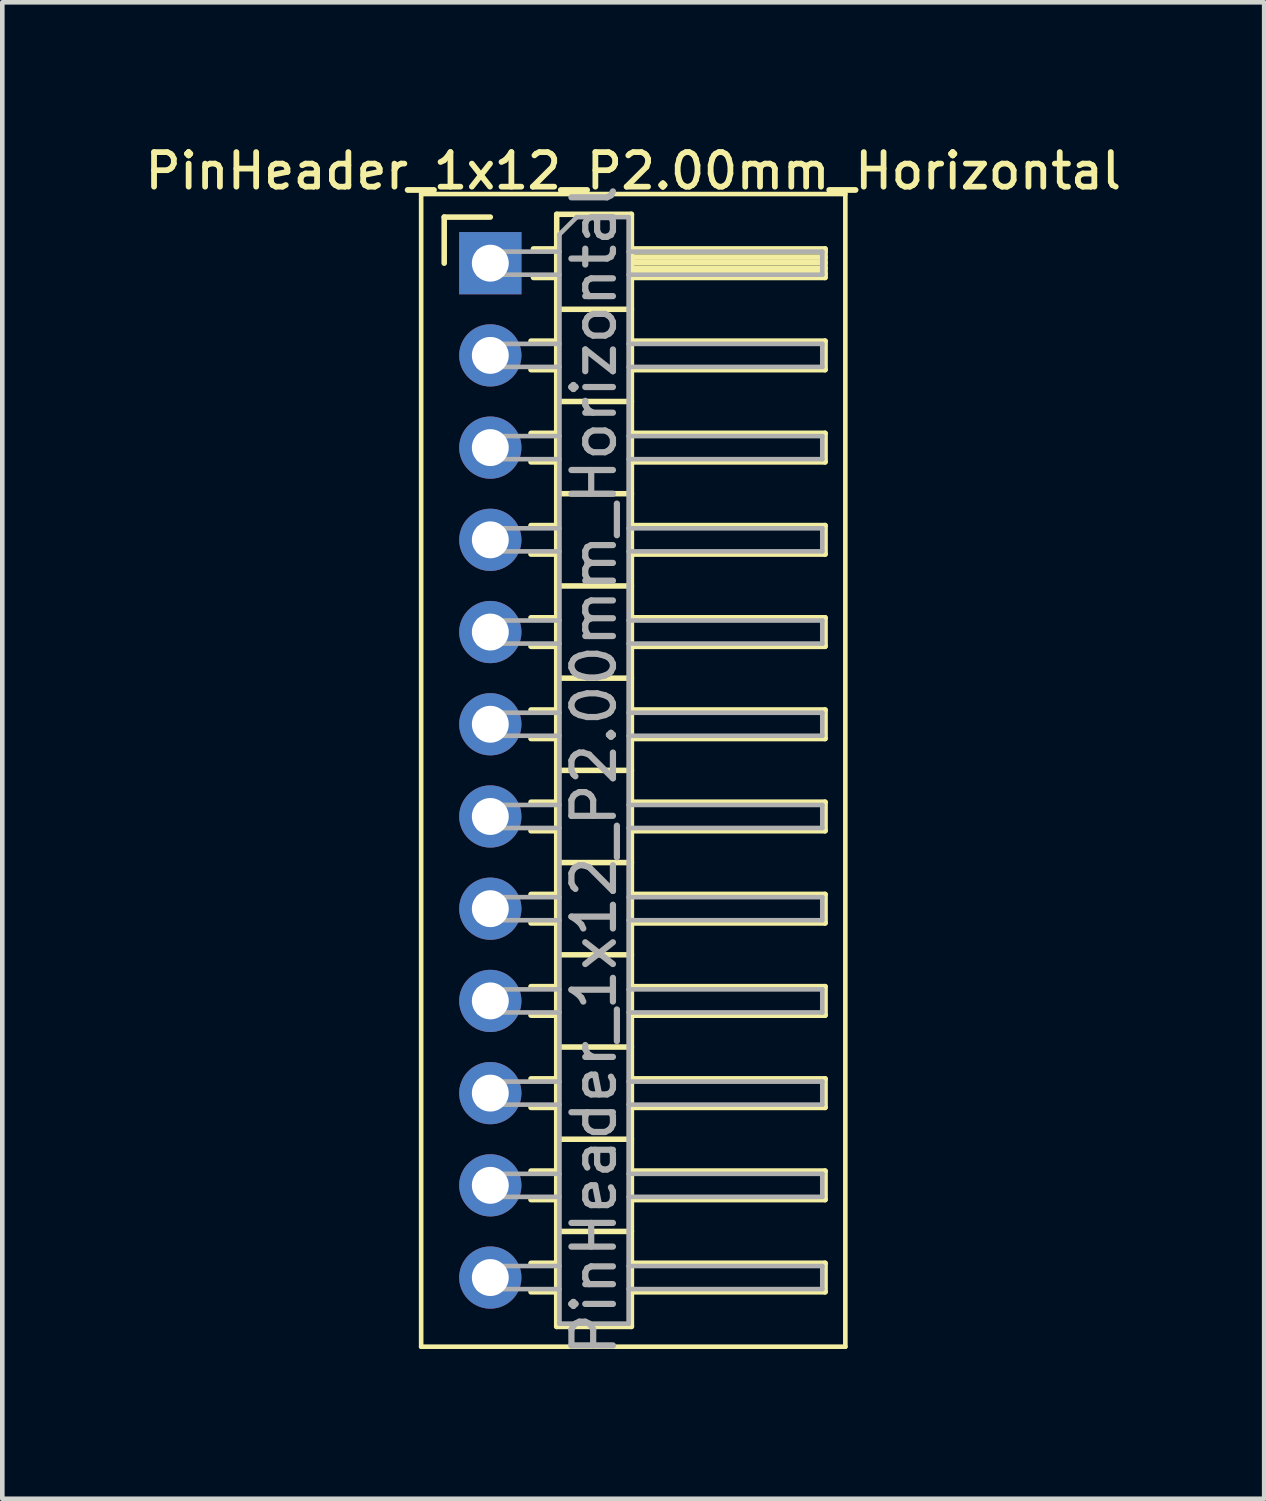
<source format=kicad_pcb>
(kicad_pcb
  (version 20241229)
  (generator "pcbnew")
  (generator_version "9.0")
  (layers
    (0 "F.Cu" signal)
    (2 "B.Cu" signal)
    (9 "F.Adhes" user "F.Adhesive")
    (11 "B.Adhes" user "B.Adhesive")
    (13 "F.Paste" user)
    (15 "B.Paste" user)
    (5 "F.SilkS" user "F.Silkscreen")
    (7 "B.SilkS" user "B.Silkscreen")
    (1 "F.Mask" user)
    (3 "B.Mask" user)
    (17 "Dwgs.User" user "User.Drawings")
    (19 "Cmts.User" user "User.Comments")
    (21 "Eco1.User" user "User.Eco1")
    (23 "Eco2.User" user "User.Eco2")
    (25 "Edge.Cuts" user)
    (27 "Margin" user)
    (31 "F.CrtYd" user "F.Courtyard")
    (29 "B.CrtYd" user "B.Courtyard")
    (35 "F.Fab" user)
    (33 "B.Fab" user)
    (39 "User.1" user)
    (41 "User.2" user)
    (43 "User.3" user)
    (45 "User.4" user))
  (footprint "PinHeader_1x12_P2.00mm_Horizontal"
    (layer "F.Cu")
    (at 7.584 2.658)
    (property "Reference" "PinHeader_1x12_P2.00mm_Horizontal" (at 3.1 -2 0) (layer "F.SilkS") (effects (font (size 0.75 0.75) (thickness 0.125))))
    (attr through_hole)
    (fp_line (start -1.5 -1.5) (end -1.5 23.5) (stroke (width 0.1) (type solid)) (layer "F.SilkS"))
    (fp_line (start -1.5 23.5) (end 7.7 23.5) (stroke (width 0.1) (type solid)) (layer "F.SilkS"))
    (fp_line (start -1 -1) (end 0 -1) (stroke (width 0.12) (type solid)) (layer "F.SilkS"))
    (fp_line (start -1 0) (end -1 -1) (stroke (width 0.12) (type solid)) (layer "F.SilkS"))
    (fp_line (start 0.882 1.69) (end 1.44 1.69) (stroke (width 0.12) (type solid)) (layer "F.SilkS"))
    (fp_line (start 0.882 2.31) (end 1.44 2.31) (stroke (width 0.12) (type solid)) (layer "F.SilkS"))
    (fp_line (start 0.882 3.69) (end 1.44 3.69) (stroke (width 0.12) (type solid)) (layer "F.SilkS"))
    (fp_line (start 0.882 4.31) (end 1.44 4.31) (stroke (width 0.12) (type solid)) (layer "F.SilkS"))
    (fp_line (start 0.882 5.69) (end 1.44 5.69) (stroke (width 0.12) (type solid)) (layer "F.SilkS"))
    (fp_line (start 0.882 6.31) (end 1.44 6.31) (stroke (width 0.12) (type solid)) (layer "F.SilkS"))
    (fp_line (start 0.882 7.69) (end 1.44 7.69) (stroke (width 0.12) (type solid)) (layer "F.SilkS"))
    (fp_line (start 0.882 8.31) (end 1.44 8.31) (stroke (width 0.12) (type solid)) (layer "F.SilkS"))
    (fp_line (start 0.882 9.69) (end 1.44 9.69) (stroke (width 0.12) (type solid)) (layer "F.SilkS"))
    (fp_line (start 0.882 10.31) (end 1.44 10.31) (stroke (width 0.12) (type solid)) (layer "F.SilkS"))
    (fp_line (start 0.882 11.69) (end 1.44 11.69) (stroke (width 0.12) (type solid)) (layer "F.SilkS"))
    (fp_line (start 0.882 12.31) (end 1.44 12.31) (stroke (width 0.12) (type solid)) (layer "F.SilkS"))
    (fp_line (start 0.882 13.69) (end 1.44 13.69) (stroke (width 0.12) (type solid)) (layer "F.SilkS"))
    (fp_line (start 0.882 14.31) (end 1.44 14.31) (stroke (width 0.12) (type solid)) (layer "F.SilkS"))
    (fp_line (start 0.882 15.69) (end 1.44 15.69) (stroke (width 0.12) (type solid)) (layer "F.SilkS"))
    (fp_line (start 0.882 16.31) (end 1.44 16.31) (stroke (width 0.12) (type solid)) (layer "F.SilkS"))
    (fp_line (start 0.882 17.69) (end 1.44 17.69) (stroke (width 0.12) (type solid)) (layer "F.SilkS"))
    (fp_line (start 0.882 18.31) (end 1.44 18.31) (stroke (width 0.12) (type solid)) (layer "F.SilkS"))
    (fp_line (start 0.882 19.69) (end 1.44 19.69) (stroke (width 0.12) (type solid)) (layer "F.SilkS"))
    (fp_line (start 0.882 20.31) (end 1.44 20.31) (stroke (width 0.12) (type solid)) (layer "F.SilkS"))
    (fp_line (start 0.882 21.69) (end 1.44 21.69) (stroke (width 0.12) (type solid)) (layer "F.SilkS"))
    (fp_line (start 0.882 22.31) (end 1.44 22.31) (stroke (width 0.12) (type solid)) (layer "F.SilkS"))
    (fp_line (start 0.935 -0.31) (end 1.44 -0.31) (stroke (width 0.12) (type solid)) (layer "F.SilkS"))
    (fp_line (start 0.935 0.31) (end 1.44 0.31) (stroke (width 0.12) (type solid)) (layer "F.SilkS"))
    (fp_line (start 1.44 -1.06) (end 1.44 23.06) (stroke (width 0.12) (type solid)) (layer "F.SilkS"))
    (fp_line (start 1.44 1) (end 3.06 1) (stroke (width 0.12) (type solid)) (layer "F.SilkS"))
    (fp_line (start 1.44 3) (end 3.06 3) (stroke (width 0.12) (type solid)) (layer "F.SilkS"))
    (fp_line (start 1.44 5) (end 3.06 5) (stroke (width 0.12) (type solid)) (layer "F.SilkS"))
    (fp_line (start 1.44 7) (end 3.06 7) (stroke (width 0.12) (type solid)) (layer "F.SilkS"))
    (fp_line (start 1.44 9) (end 3.06 9) (stroke (width 0.12) (type solid)) (layer "F.SilkS"))
    (fp_line (start 1.44 11) (end 3.06 11) (stroke (width 0.12) (type solid)) (layer "F.SilkS"))
    (fp_line (start 1.44 13) (end 3.06 13) (stroke (width 0.12) (type solid)) (layer "F.SilkS"))
    (fp_line (start 1.44 15) (end 3.06 15) (stroke (width 0.12) (type solid)) (layer "F.SilkS"))
    (fp_line (start 1.44 17) (end 3.06 17) (stroke (width 0.12) (type solid)) (layer "F.SilkS"))
    (fp_line (start 1.44 19) (end 3.06 19) (stroke (width 0.12) (type solid)) (layer "F.SilkS"))
    (fp_line (start 1.44 21) (end 3.06 21) (stroke (width 0.12) (type solid)) (layer "F.SilkS"))
    (fp_line (start 1.44 23.06) (end 3.06 23.06) (stroke (width 0.12) (type solid)) (layer "F.SilkS"))
    (fp_line (start 3.06 -1.06) (end 1.44 -1.06) (stroke (width 0.12) (type solid)) (layer "F.SilkS"))
    (fp_line (start 3.06 -0.31) (end 7.26 -0.31) (stroke (width 0.12) (type solid)) (layer "F.SilkS"))
    (fp_line (start 3.06 -0.25) (end 7.26 -0.25) (stroke (width 0.12) (type solid)) (layer "F.SilkS"))
    (fp_line (start 3.06 -0.13) (end 7.26 -0.13) (stroke (width 0.12) (type solid)) (layer "F.SilkS"))
    (fp_line (start 3.06 -0.01) (end 7.26 -0.01) (stroke (width 0.12) (type solid)) (layer "F.SilkS"))
    (fp_line (start 3.06 0.11) (end 7.26 0.11) (stroke (width 0.12) (type solid)) (layer "F.SilkS"))
    (fp_line (start 3.06 0.23) (end 7.26 0.23) (stroke (width 0.12) (type solid)) (layer "F.SilkS"))
    (fp_line (start 3.06 1.69) (end 7.26 1.69) (stroke (width 0.12) (type solid)) (layer "F.SilkS"))
    (fp_line (start 3.06 3.69) (end 7.26 3.69) (stroke (width 0.12) (type solid)) (layer "F.SilkS"))
    (fp_line (start 3.06 5.69) (end 7.26 5.69) (stroke (width 0.12) (type solid)) (layer "F.SilkS"))
    (fp_line (start 3.06 7.69) (end 7.26 7.69) (stroke (width 0.12) (type solid)) (layer "F.SilkS"))
    (fp_line (start 3.06 9.69) (end 7.26 9.69) (stroke (width 0.12) (type solid)) (layer "F.SilkS"))
    (fp_line (start 3.06 11.69) (end 7.26 11.69) (stroke (width 0.12) (type solid)) (layer "F.SilkS"))
    (fp_line (start 3.06 13.69) (end 7.26 13.69) (stroke (width 0.12) (type solid)) (layer "F.SilkS"))
    (fp_line (start 3.06 15.69) (end 7.26 15.69) (stroke (width 0.12) (type solid)) (layer "F.SilkS"))
    (fp_line (start 3.06 17.69) (end 7.26 17.69) (stroke (width 0.12) (type solid)) (layer "F.SilkS"))
    (fp_line (start 3.06 19.69) (end 7.26 19.69) (stroke (width 0.12) (type solid)) (layer "F.SilkS"))
    (fp_line (start 3.06 21.69) (end 7.26 21.69) (stroke (width 0.12) (type solid)) (layer "F.SilkS"))
    (fp_line (start 3.06 23.06) (end 3.06 -1.06) (stroke (width 0.12) (type solid)) (layer "F.SilkS"))
    (fp_line (start 7.26 -0.31) (end 7.26 0.31) (stroke (width 0.12) (type solid)) (layer "F.SilkS"))
    (fp_line (start 7.26 0.31) (end 3.06 0.31) (stroke (width 0.12) (type solid)) (layer "F.SilkS"))
    (fp_line (start 7.26 1.69) (end 7.26 2.31) (stroke (width 0.12) (type solid)) (layer "F.SilkS"))
    (fp_line (start 7.26 2.31) (end 3.06 2.31) (stroke (width 0.12) (type solid)) (layer "F.SilkS"))
    (fp_line (start 7.26 3.69) (end 7.26 4.31) (stroke (width 0.12) (type solid)) (layer "F.SilkS"))
    (fp_line (start 7.26 4.31) (end 3.06 4.31) (stroke (width 0.12) (type solid)) (layer "F.SilkS"))
    (fp_line (start 7.26 5.69) (end 7.26 6.31) (stroke (width 0.12) (type solid)) (layer "F.SilkS"))
    (fp_line (start 7.26 6.31) (end 3.06 6.31) (stroke (width 0.12) (type solid)) (layer "F.SilkS"))
    (fp_line (start 7.26 7.69) (end 7.26 8.31) (stroke (width 0.12) (type solid)) (layer "F.SilkS"))
    (fp_line (start 7.26 8.31) (end 3.06 8.31) (stroke (width 0.12) (type solid)) (layer "F.SilkS"))
    (fp_line (start 7.26 9.69) (end 7.26 10.31) (stroke (width 0.12) (type solid)) (layer "F.SilkS"))
    (fp_line (start 7.26 10.31) (end 3.06 10.31) (stroke (width 0.12) (type solid)) (layer "F.SilkS"))
    (fp_line (start 7.26 11.69) (end 7.26 12.31) (stroke (width 0.12) (type solid)) (layer "F.SilkS"))
    (fp_line (start 7.26 12.31) (end 3.06 12.31) (stroke (width 0.12) (type solid)) (layer "F.SilkS"))
    (fp_line (start 7.26 13.69) (end 7.26 14.31) (stroke (width 0.12) (type solid)) (layer "F.SilkS"))
    (fp_line (start 7.26 14.31) (end 3.06 14.31) (stroke (width 0.12) (type solid)) (layer "F.SilkS"))
    (fp_line (start 7.26 15.69) (end 7.26 16.31) (stroke (width 0.12) (type solid)) (layer "F.SilkS"))
    (fp_line (start 7.26 16.31) (end 3.06 16.31) (stroke (width 0.12) (type solid)) (layer "F.SilkS"))
    (fp_line (start 7.26 17.69) (end 7.26 18.31) (stroke (width 0.12) (type solid)) (layer "F.SilkS"))
    (fp_line (start 7.26 18.31) (end 3.06 18.31) (stroke (width 0.12) (type solid)) (layer "F.SilkS"))
    (fp_line (start 7.26 19.69) (end 7.26 20.31) (stroke (width 0.12) (type solid)) (layer "F.SilkS"))
    (fp_line (start 7.26 20.31) (end 3.06 20.31) (stroke (width 0.12) (type solid)) (layer "F.SilkS"))
    (fp_line (start 7.26 21.69) (end 7.26 22.31) (stroke (width 0.12) (type solid)) (layer "F.SilkS"))
    (fp_line (start 7.26 22.31) (end 3.06 22.31) (stroke (width 0.12) (type solid)) (layer "F.SilkS"))
    (fp_line (start 7.7 -1.5) (end -1.5 -1.5) (stroke (width 0.1) (type solid)) (layer "F.SilkS"))
    (fp_line (start 7.7 23.5) (end 7.7 -1.5) (stroke (width 0.1) (type solid)) (layer "F.SilkS"))
    (fp_line (start -0.25 -0.25) (end -0.25 0.25) (stroke (width 0.1) (type solid)) (layer "F.Fab"))
    (fp_line (start -0.25 -0.25) (end 1.5 -0.25) (stroke (width 0.1) (type solid)) (layer "F.Fab"))
    (fp_line (start -0.25 0.25) (end 1.5 0.25) (stroke (width 0.1) (type solid)) (layer "F.Fab"))
    (fp_line (start -0.25 1.75) (end -0.25 2.25) (stroke (width 0.1) (type solid)) (layer "F.Fab"))
    (fp_line (start -0.25 1.75) (end 1.5 1.75) (stroke (width 0.1) (type solid)) (layer "F.Fab"))
    (fp_line (start -0.25 2.25) (end 1.5 2.25) (stroke (width 0.1) (type solid)) (layer "F.Fab"))
    (fp_line (start -0.25 3.75) (end -0.25 4.25) (stroke (width 0.1) (type solid)) (layer "F.Fab"))
    (fp_line (start -0.25 3.75) (end 1.5 3.75) (stroke (width 0.1) (type solid)) (layer "F.Fab"))
    (fp_line (start -0.25 4.25) (end 1.5 4.25) (stroke (width 0.1) (type solid)) (layer "F.Fab"))
    (fp_line (start -0.25 5.75) (end -0.25 6.25) (stroke (width 0.1) (type solid)) (layer "F.Fab"))
    (fp_line (start -0.25 5.75) (end 1.5 5.75) (stroke (width 0.1) (type solid)) (layer "F.Fab"))
    (fp_line (start -0.25 6.25) (end 1.5 6.25) (stroke (width 0.1) (type solid)) (layer "F.Fab"))
    (fp_line (start -0.25 7.75) (end -0.25 8.25) (stroke (width 0.1) (type solid)) (layer "F.Fab"))
    (fp_line (start -0.25 7.75) (end 1.5 7.75) (stroke (width 0.1) (type solid)) (layer "F.Fab"))
    (fp_line (start -0.25 8.25) (end 1.5 8.25) (stroke (width 0.1) (type solid)) (layer "F.Fab"))
    (fp_line (start -0.25 9.75) (end -0.25 10.25) (stroke (width 0.1) (type solid)) (layer "F.Fab"))
    (fp_line (start -0.25 9.75) (end 1.5 9.75) (stroke (width 0.1) (type solid)) (layer "F.Fab"))
    (fp_line (start -0.25 10.25) (end 1.5 10.25) (stroke (width 0.1) (type solid)) (layer "F.Fab"))
    (fp_line (start -0.25 11.75) (end -0.25 12.25) (stroke (width 0.1) (type solid)) (layer "F.Fab"))
    (fp_line (start -0.25 11.75) (end 1.5 11.75) (stroke (width 0.1) (type solid)) (layer "F.Fab"))
    (fp_line (start -0.25 12.25) (end 1.5 12.25) (stroke (width 0.1) (type solid)) (layer "F.Fab"))
    (fp_line (start -0.25 13.75) (end -0.25 14.25) (stroke (width 0.1) (type solid)) (layer "F.Fab"))
    (fp_line (start -0.25 13.75) (end 1.5 13.75) (stroke (width 0.1) (type solid)) (layer "F.Fab"))
    (fp_line (start -0.25 14.25) (end 1.5 14.25) (stroke (width 0.1) (type solid)) (layer "F.Fab"))
    (fp_line (start -0.25 15.75) (end -0.25 16.25) (stroke (width 0.1) (type solid)) (layer "F.Fab"))
    (fp_line (start -0.25 15.75) (end 1.5 15.75) (stroke (width 0.1) (type solid)) (layer "F.Fab"))
    (fp_line (start -0.25 16.25) (end 1.5 16.25) (stroke (width 0.1) (type solid)) (layer "F.Fab"))
    (fp_line (start -0.25 17.75) (end -0.25 18.25) (stroke (width 0.1) (type solid)) (layer "F.Fab"))
    (fp_line (start -0.25 17.75) (end 1.5 17.75) (stroke (width 0.1) (type solid)) (layer "F.Fab"))
    (fp_line (start -0.25 18.25) (end 1.5 18.25) (stroke (width 0.1) (type solid)) (layer "F.Fab"))
    (fp_line (start -0.25 19.75) (end -0.25 20.25) (stroke (width 0.1) (type solid)) (layer "F.Fab"))
    (fp_line (start -0.25 19.75) (end 1.5 19.75) (stroke (width 0.1) (type solid)) (layer "F.Fab"))
    (fp_line (start -0.25 20.25) (end 1.5 20.25) (stroke (width 0.1) (type solid)) (layer "F.Fab"))
    (fp_line (start -0.25 21.75) (end -0.25 22.25) (stroke (width 0.1) (type solid)) (layer "F.Fab"))
    (fp_line (start -0.25 21.75) (end 1.5 21.75) (stroke (width 0.1) (type solid)) (layer "F.Fab"))
    (fp_line (start -0.25 22.25) (end 1.5 22.25) (stroke (width 0.1) (type solid)) (layer "F.Fab"))
    (fp_line (start 1.5 -0.625) (end 1.875 -1) (stroke (width 0.1) (type solid)) (layer "F.Fab"))
    (fp_line (start 1.5 23) (end 1.5 -0.625) (stroke (width 0.1) (type solid)) (layer "F.Fab"))
    (fp_line (start 1.875 -1) (end 3 -1) (stroke (width 0.1) (type solid)) (layer "F.Fab"))
    (fp_line (start 3 -1) (end 3 23) (stroke (width 0.1) (type solid)) (layer "F.Fab"))
    (fp_line (start 3 -0.25) (end 7.2 -0.25) (stroke (width 0.1) (type solid)) (layer "F.Fab"))
    (fp_line (start 3 0.25) (end 7.2 0.25) (stroke (width 0.1) (type solid)) (layer "F.Fab"))
    (fp_line (start 3 1.75) (end 7.2 1.75) (stroke (width 0.1) (type solid)) (layer "F.Fab"))
    (fp_line (start 3 2.25) (end 7.2 2.25) (stroke (width 0.1) (type solid)) (layer "F.Fab"))
    (fp_line (start 3 3.75) (end 7.2 3.75) (stroke (width 0.1) (type solid)) (layer "F.Fab"))
    (fp_line (start 3 4.25) (end 7.2 4.25) (stroke (width 0.1) (type solid)) (layer "F.Fab"))
    (fp_line (start 3 5.75) (end 7.2 5.75) (stroke (width 0.1) (type solid)) (layer "F.Fab"))
    (fp_line (start 3 6.25) (end 7.2 6.25) (stroke (width 0.1) (type solid)) (layer "F.Fab"))
    (fp_line (start 3 7.75) (end 7.2 7.75) (stroke (width 0.1) (type solid)) (layer "F.Fab"))
    (fp_line (start 3 8.25) (end 7.2 8.25) (stroke (width 0.1) (type solid)) (layer "F.Fab"))
    (fp_line (start 3 9.75) (end 7.2 9.75) (stroke (width 0.1) (type solid)) (layer "F.Fab"))
    (fp_line (start 3 10.25) (end 7.2 10.25) (stroke (width 0.1) (type solid)) (layer "F.Fab"))
    (fp_line (start 3 11.75) (end 7.2 11.75) (stroke (width 0.1) (type solid)) (layer "F.Fab"))
    (fp_line (start 3 12.25) (end 7.2 12.25) (stroke (width 0.1) (type solid)) (layer "F.Fab"))
    (fp_line (start 3 13.75) (end 7.2 13.75) (stroke (width 0.1) (type solid)) (layer "F.Fab"))
    (fp_line (start 3 14.25) (end 7.2 14.25) (stroke (width 0.1) (type solid)) (layer "F.Fab"))
    (fp_line (start 3 15.75) (end 7.2 15.75) (stroke (width 0.1) (type solid)) (layer "F.Fab"))
    (fp_line (start 3 16.25) (end 7.2 16.25) (stroke (width 0.1) (type solid)) (layer "F.Fab"))
    (fp_line (start 3 17.75) (end 7.2 17.75) (stroke (width 0.1) (type solid)) (layer "F.Fab"))
    (fp_line (start 3 18.25) (end 7.2 18.25) (stroke (width 0.1) (type solid)) (layer "F.Fab"))
    (fp_line (start 3 19.75) (end 7.2 19.75) (stroke (width 0.1) (type solid)) (layer "F.Fab"))
    (fp_line (start 3 20.25) (end 7.2 20.25) (stroke (width 0.1) (type solid)) (layer "F.Fab"))
    (fp_line (start 3 21.75) (end 7.2 21.75) (stroke (width 0.1) (type solid)) (layer "F.Fab"))
    (fp_line (start 3 22.25) (end 7.2 22.25) (stroke (width 0.1) (type solid)) (layer "F.Fab"))
    (fp_line (start 3 23) (end 1.5 23) (stroke (width 0.1) (type solid)) (layer "F.Fab"))
    (fp_line (start 7.2 -0.25) (end 7.2 0.25) (stroke (width 0.1) (type solid)) (layer "F.Fab"))
    (fp_line (start 7.2 1.75) (end 7.2 2.25) (stroke (width 0.1) (type solid)) (layer "F.Fab"))
    (fp_line (start 7.2 3.75) (end 7.2 4.25) (stroke (width 0.1) (type solid)) (layer "F.Fab"))
    (fp_line (start 7.2 5.75) (end 7.2 6.25) (stroke (width 0.1) (type solid)) (layer "F.Fab"))
    (fp_line (start 7.2 7.75) (end 7.2 8.25) (stroke (width 0.1) (type solid)) (layer "F.Fab"))
    (fp_line (start 7.2 9.75) (end 7.2 10.25) (stroke (width 0.1) (type solid)) (layer "F.Fab"))
    (fp_line (start 7.2 11.75) (end 7.2 12.25) (stroke (width 0.1) (type solid)) (layer "F.Fab"))
    (fp_line (start 7.2 13.75) (end 7.2 14.25) (stroke (width 0.1) (type solid)) (layer "F.Fab"))
    (fp_line (start 7.2 15.75) (end 7.2 16.25) (stroke (width 0.1) (type solid)) (layer "F.Fab"))
    (fp_line (start 7.2 17.75) (end 7.2 18.25) (stroke (width 0.1) (type solid)) (layer "F.Fab"))
    (fp_line (start 7.2 19.75) (end 7.2 20.25) (stroke (width 0.1) (type solid)) (layer "F.Fab"))
    (fp_line (start 7.2 21.75) (end 7.2 22.25) (stroke (width 0.1) (type solid)) (layer "F.Fab"))
    (fp_text user "${REFERENCE}" (at 2.25 11 90) (layer "F.Fab") (effects (font (size 0.9 0.9) (thickness 0.135))))
    (pad "1" thru_hole rect (at 0 0) (size 1.35 1.35) (drill 0.8) (layers "*.Cu" "*.Mask"))
    (pad "2" thru_hole oval (at 0 2) (size 1.35 1.35) (drill 0.8) (layers "*.Cu" "*.Mask"))
    (pad "3" thru_hole oval (at 0 4) (size 1.35 1.35) (drill 0.8) (layers "*.Cu" "*.Mask"))
    (pad "4" thru_hole oval (at 0 6) (size 1.35 1.35) (drill 0.8) (layers "*.Cu" "*.Mask"))
    (pad "5" thru_hole oval (at 0 8) (size 1.35 1.35) (drill 0.8) (layers "*.Cu" "*.Mask"))
    (pad "6" thru_hole oval (at 0 10) (size 1.35 1.35) (drill 0.8) (layers "*.Cu" "*.Mask"))
    (pad "7" thru_hole oval (at 0 12) (size 1.35 1.35) (drill 0.8) (layers "*.Cu" "*.Mask"))
    (pad "8" thru_hole oval (at 0 14) (size 1.35 1.35) (drill 0.8) (layers "*.Cu" "*.Mask"))
    (pad "9" thru_hole oval (at 0 16) (size 1.35 1.35) (drill 0.8) (layers "*.Cu" "*.Mask"))
    (pad "10" thru_hole oval (at 0 18) (size 1.35 1.35) (drill 0.8) (layers "*.Cu" "*.Mask"))
    (pad "11" thru_hole oval (at 0 20) (size 1.35 1.35) (drill 0.8) (layers "*.Cu" "*.Mask"))
    (pad "12" thru_hole oval (at 0 22) (size 1.35 1.35) (drill 0.8) (layers "*.Cu" "*.Mask")))
  (gr_rect
    (start -3 -3)
    (end 24.368 29.456)
    (stroke (width 0.1) (type default))
    (fill no)
    (layer "Edge.Cuts")))
</source>
